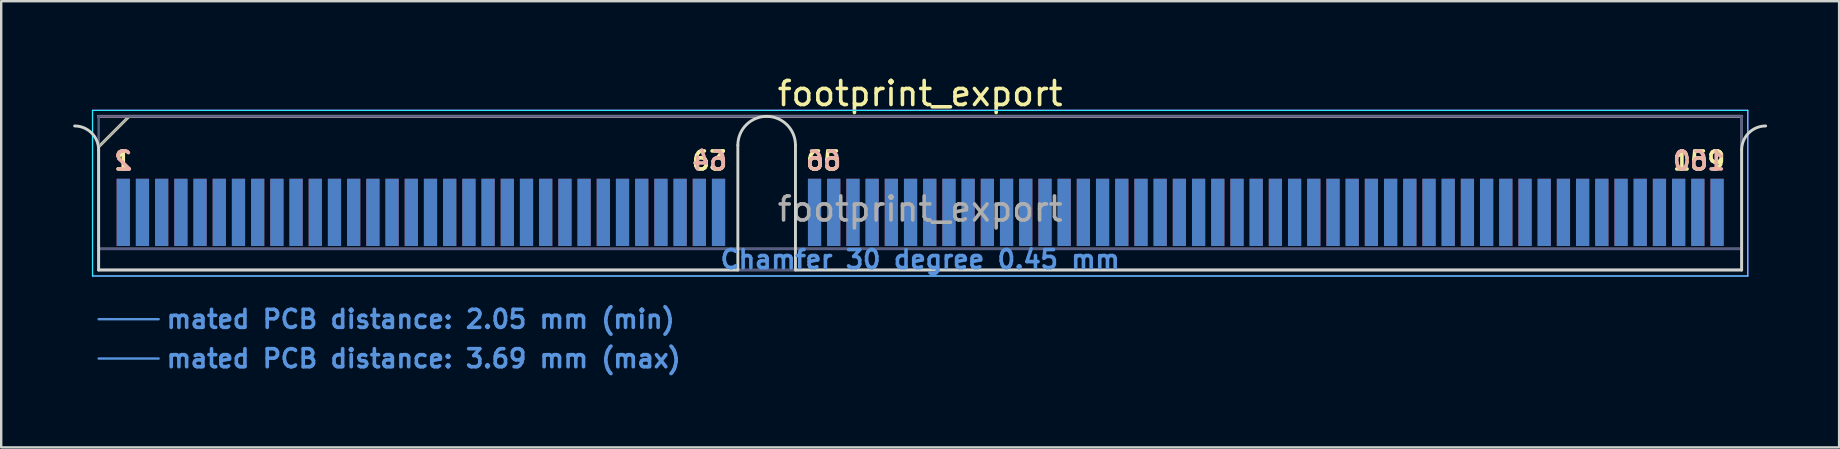
<source format=kicad_pcb>
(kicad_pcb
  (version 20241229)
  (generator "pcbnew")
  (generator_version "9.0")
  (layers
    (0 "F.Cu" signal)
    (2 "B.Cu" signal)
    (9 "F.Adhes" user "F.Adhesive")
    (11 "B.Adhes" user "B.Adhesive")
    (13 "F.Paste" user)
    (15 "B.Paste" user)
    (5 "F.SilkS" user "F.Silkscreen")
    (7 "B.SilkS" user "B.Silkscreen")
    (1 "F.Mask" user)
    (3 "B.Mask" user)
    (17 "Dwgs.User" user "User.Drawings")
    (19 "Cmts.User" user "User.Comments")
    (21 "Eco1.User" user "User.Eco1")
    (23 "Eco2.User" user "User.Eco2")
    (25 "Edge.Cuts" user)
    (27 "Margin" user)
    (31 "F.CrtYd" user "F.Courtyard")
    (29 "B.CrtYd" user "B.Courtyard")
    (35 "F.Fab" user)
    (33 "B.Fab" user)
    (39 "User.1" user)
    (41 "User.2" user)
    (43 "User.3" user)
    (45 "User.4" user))
  (footprint "footprint_export"
    (layer "F.Cu")
    (at 35.285 8.198)
    (property "Reference" "footprint_export" (at 0 -7.35 0) (layer "F.SilkS") (effects (font (size 1 1) (thickness 0.15))))
    (attr exclude_from_pos_files exclude_from_bom)
    (fp_line (start -34.225 -5.13) (end -32.955 -6.4) (stroke (width 0.12) (type solid)) (layer "F.SilkS"))
    (fp_line (start -32.955 -6.4) (end 34.225 -6.4) (stroke (width 0.12) (type solid)) (layer "F.SilkS"))
    (fp_line (start -34.225 -6.4) (end -34.225 -6.4) (stroke (width 0.12) (type solid)) (layer "B.SilkS"))
    (fp_line (start -34.225 -6.4) (end 34.225 -6.4) (stroke (width 0.12) (type solid)) (layer "B.SilkS"))
    (fp_line (start -34.225 2.05) (end -31.725 2.05) (stroke (width 0.1) (type solid)) (layer "Cmts.User"))
    (fp_line (start -34.225 3.69) (end -31.725 3.69) (stroke (width 0.1) (type solid)) (layer "Cmts.User"))
    (fp_line (start -34.225 -5) (end -34.225 0) (stroke (width 0.12) (type solid)) (layer "Edge.Cuts"))
    (fp_line (start -34.225 0) (end -7.595 0) (stroke (width 0.12) (type solid)) (layer "Edge.Cuts"))
    (fp_line (start -7.595 0) (end -7.595 -5.2) (stroke (width 0.12) (type solid)) (layer "Edge.Cuts"))
    (fp_line (start -5.195 -5.2) (end -5.195 0) (stroke (width 0.12) (type solid)) (layer "Edge.Cuts"))
    (fp_line (start -5.195 0) (end 34.225 0) (stroke (width 0.12) (type solid)) (layer "Edge.Cuts"))
    (fp_line (start 34.225 0) (end 34.225 -5) (stroke (width 0.12) (type solid)) (layer "Edge.Cuts"))
    (fp_arc (start -35.225 -6) (mid -34.517893 -5.707107) (end -34.225 -5) (stroke (width 0.12) (type solid)) (layer "Edge.Cuts"))
    (fp_arc (start -7.595 -5.2) (mid -6.395 -6.4) (end -5.195 -5.2) (stroke (width 0.12) (type solid)) (layer "Edge.Cuts"))
    (fp_arc (start 34.225 -5) (mid 34.517893 -5.707107) (end 35.225 -6) (stroke (width 0.12) (type solid)) (layer "Edge.Cuts"))
    (fp_line (start -34.48 -6.65) (end -34.48 0.25) (stroke (width 0.05) (type solid)) (layer "B.CrtYd"))
    (fp_line (start -34.48 0.25) (end 34.48 0.25) (stroke (width 0.05) (type solid)) (layer "B.CrtYd"))
    (fp_line (start 34.48 -6.65) (end -34.48 -6.65) (stroke (width 0.05) (type solid)) (layer "B.CrtYd"))
    (fp_line (start 34.48 0.25) (end 34.48 -6.65) (stroke (width 0.05) (type solid)) (layer "B.CrtYd"))
    (fp_line (start -34.48 -6.65) (end -34.48 0.25) (stroke (width 0.05) (type solid)) (layer "F.CrtYd"))
    (fp_line (start -34.48 0.25) (end 34.48 0.25) (stroke (width 0.05) (type solid)) (layer "F.CrtYd"))
    (fp_line (start 34.48 -6.65) (end -34.48 -6.65) (stroke (width 0.05) (type solid)) (layer "F.CrtYd"))
    (fp_line (start 34.48 0.25) (end 34.48 -6.65) (stroke (width 0.05) (type solid)) (layer "F.CrtYd"))
    (fp_line (start -34.225 -6.4) (end -34.225 -6.4) (stroke (width 0.1) (type solid)) (layer "B.Fab"))
    (fp_line (start -34.225 -6.4) (end -34.225 0) (stroke (width 0.1) (type solid)) (layer "B.Fab"))
    (fp_line (start -34.225 -6.4) (end 34.225 -6.4) (stroke (width 0.1) (type solid)) (layer "B.Fab"))
    (fp_line (start -34.225 -0.88) (end 34.225 -0.88) (stroke (width 0.1) (type solid)) (layer "B.Fab"))
    (fp_line (start -34.225 0) (end 34.225 0) (stroke (width 0.1) (type solid)) (layer "B.Fab"))
    (fp_line (start 34.225 -6.4) (end 34.225 0) (stroke (width 0.1) (type solid)) (layer "B.Fab"))
    (fp_line (start -34.225 -5.13) (end -34.225 0) (stroke (width 0.1) (type solid)) (layer "F.Fab"))
    (fp_line (start -34.225 -5.13) (end -32.955 -6.4) (stroke (width 0.1) (type solid)) (layer "F.Fab"))
    (fp_line (start -34.225 -0.88) (end 34.225 -0.88) (stroke (width 0.1) (type solid)) (layer "F.Fab"))
    (fp_line (start -34.225 0) (end 34.225 0) (stroke (width 0.1) (type solid)) (layer "F.Fab"))
    (fp_line (start -32.955 -6.4) (end 34.225 -6.4) (stroke (width 0.1) (type solid)) (layer "F.Fab"))
    (fp_line (start 34.225 -6.4) (end 34.225 0) (stroke (width 0.1) (type solid)) (layer "F.Fab"))
    (fp_text user "65" (at -4.025 -4.55 0) (layer "F.SilkS") (effects (font (size 0.75 0.75) (thickness 0.15))))
    (fp_text user "159" (at 32.45 -4.55 0) (layer "F.SilkS") (effects (font (size 0.75 0.75) (thickness 0.15))))
    (fp_text user "63" (at -8.775 -4.55 0) (layer "F.SilkS") (effects (font (size 0.75 0.75) (thickness 0.15))))
    (fp_text user "1" (at -33.2 -4.55 0) (layer "F.SilkS") (effects (font (size 0.75 0.75) (thickness 0.15))))
    (fp_text user "160" (at 32.45 -4.55 0) (layer "B.SilkS") (effects (font (size 0.75 0.75) (thickness 0.15)) (justify mirror)))
    (fp_text user "2" (at -33.2 -4.55 0) (layer "B.SilkS") (effects (font (size 0.75 0.75) (thickness 0.15)) (justify mirror)))
    (fp_text user "64" (at -8.775 -4.55 0) (layer "B.SilkS") (effects (font (size 0.75 0.75) (thickness 0.15)) (justify mirror)))
    (fp_text user "66" (at -4.025 -4.55 0) (layer "B.SilkS") (effects (font (size 0.75 0.75) (thickness 0.15)) (justify mirror)))
    (fp_text user "mated PCB distance: 3.69 mm (max)" (at -31.48 3.69 0) (layer "Cmts.User") (effects (font (size 0.75 0.75) (thickness 0.15)) (justify left)))
    (fp_text user "Chamfer 30 degree 0.45 mm" (at 0 -0.44 0) (layer "Cmts.User") (effects (font (size 0.75 0.75) (thickness 0.15))))
    (fp_text user "mated PCB distance: 2.05 mm (min)" (at -31.48 2.05 0) (layer "Cmts.User") (effects (font (size 0.75 0.75) (thickness 0.15)) (justify left)))
    (fp_text user "${REFERENCE}" (at 0 -2.54 0) (layer "F.Fab") (effects (font (size 1 1) (thickness 0.15))))
    (pad "1" connect rect (at -33.2 -2.4) (size 0.55 2.8) (layers "F.Cu" "F.Mask"))
    (pad "2" connect rect (at -33.2 -2.4) (size 0.55 2.8) (layers "B.Cu" "B.Mask"))
    (pad "3" connect rect (at -32.4 -2.4) (size 0.55 2.8) (layers "F.Cu" "F.Mask"))
    (pad "4" connect rect (at -32.4 -2.4) (size 0.55 2.8) (layers "B.Cu" "B.Mask"))
    (pad "5" connect rect (at -31.6 -2.4) (size 0.55 2.8) (layers "F.Cu" "F.Mask"))
    (pad "6" connect rect (at -31.6 -2.4) (size 0.55 2.8) (layers "B.Cu" "B.Mask"))
    (pad "7" connect rect (at -30.8 -2.4) (size 0.55 2.8) (layers "F.Cu" "F.Mask"))
    (pad "8" connect rect (at -30.8 -2.4) (size 0.55 2.8) (layers "B.Cu" "B.Mask"))
    (pad "9" connect rect (at -30 -2.4) (size 0.55 2.8) (layers "F.Cu" "F.Mask"))
    (pad "10" connect rect (at -30 -2.4) (size 0.55 2.8) (layers "B.Cu" "B.Mask"))
    (pad "11" connect rect (at -29.2 -2.4) (size 0.55 2.8) (layers "F.Cu" "F.Mask"))
    (pad "12" connect rect (at -29.2 -2.4) (size 0.55 2.8) (layers "B.Cu" "B.Mask"))
    (pad "13" connect rect (at -28.4 -2.4) (size 0.55 2.8) (layers "F.Cu" "F.Mask"))
    (pad "14" connect rect (at -28.4 -2.4) (size 0.55 2.8) (layers "B.Cu" "B.Mask"))
    (pad "15" connect rect (at -27.6 -2.4) (size 0.55 2.8) (layers "F.Cu" "F.Mask"))
    (pad "16" connect rect (at -27.6 -2.4) (size 0.55 2.8) (layers "B.Cu" "B.Mask"))
    (pad "17" connect rect (at -26.8 -2.4) (size 0.55 2.8) (layers "F.Cu" "F.Mask"))
    (pad "18" connect rect (at -26.8 -2.4) (size 0.55 2.8) (layers "B.Cu" "B.Mask"))
    (pad "19" connect rect (at -26 -2.4) (size 0.55 2.8) (layers "F.Cu" "F.Mask"))
    (pad "20" connect rect (at -26 -2.4) (size 0.55 2.8) (layers "B.Cu" "B.Mask"))
    (pad "21" connect rect (at -25.2 -2.4) (size 0.55 2.8) (layers "F.Cu" "F.Mask"))
    (pad "22" connect rect (at -25.2 -2.4) (size 0.55 2.8) (layers "B.Cu" "B.Mask"))
    (pad "23" connect rect (at -24.4 -2.4) (size 0.55 2.8) (layers "F.Cu" "F.Mask"))
    (pad "24" connect rect (at -24.4 -2.4) (size 0.55 2.8) (layers "B.Cu" "B.Mask"))
    (pad "25" connect rect (at -23.6 -2.4) (size 0.55 2.8) (layers "F.Cu" "F.Mask"))
    (pad "26" connect rect (at -23.6 -2.4) (size 0.55 2.8) (layers "B.Cu" "B.Mask"))
    (pad "27" connect rect (at -22.8 -2.4) (size 0.55 2.8) (layers "F.Cu" "F.Mask"))
    (pad "28" connect rect (at -22.8 -2.4) (size 0.55 2.8) (layers "B.Cu" "B.Mask"))
    (pad "29" connect rect (at -22 -2.4) (size 0.55 2.8) (layers "F.Cu" "F.Mask"))
    (pad "30" connect rect (at -22 -2.4) (size 0.55 2.8) (layers "B.Cu" "B.Mask"))
    (pad "31" connect rect (at -21.2 -2.4) (size 0.55 2.8) (layers "F.Cu" "F.Mask"))
    (pad "32" connect rect (at -21.2 -2.4) (size 0.55 2.8) (layers "B.Cu" "B.Mask"))
    (pad "33" connect rect (at -20.4 -2.4) (size 0.55 2.8) (layers "F.Cu" "F.Mask"))
    (pad "34" connect rect (at -20.4 -2.4) (size 0.55 2.8) (layers "B.Cu" "B.Mask"))
    (pad "35" connect rect (at -19.6 -2.4) (size 0.55 2.8) (layers "F.Cu" "F.Mask"))
    (pad "36" connect rect (at -19.6 -2.4) (size 0.55 2.8) (layers "B.Cu" "B.Mask"))
    (pad "37" connect rect (at -18.8 -2.4) (size 0.55 2.8) (layers "F.Cu" "F.Mask"))
    (pad "38" connect rect (at -18.8 -2.4) (size 0.55 2.8) (layers "B.Cu" "B.Mask"))
    (pad "39" connect rect (at -18 -2.4) (size 0.55 2.8) (layers "F.Cu" "F.Mask"))
    (pad "40" connect rect (at -18 -2.4) (size 0.55 2.8) (layers "B.Cu" "B.Mask"))
    (pad "41" connect rect (at -17.2 -2.4) (size 0.55 2.8) (layers "F.Cu" "F.Mask"))
    (pad "42" connect rect (at -17.2 -2.4) (size 0.55 2.8) (layers "B.Cu" "B.Mask"))
    (pad "43" connect rect (at -16.4 -2.4) (size 0.55 2.8) (layers "F.Cu" "F.Mask"))
    (pad "44" connect rect (at -16.4 -2.4) (size 0.55 2.8) (layers "B.Cu" "B.Mask"))
    (pad "45" connect rect (at -15.6 -2.4) (size 0.55 2.8) (layers "F.Cu" "F.Mask"))
    (pad "46" connect rect (at -15.6 -2.4) (size 0.55 2.8) (layers "B.Cu" "B.Mask"))
    (pad "47" connect rect (at -14.8 -2.4) (size 0.55 2.8) (layers "F.Cu" "F.Mask"))
    (pad "48" connect rect (at -14.8 -2.4) (size 0.55 2.8) (layers "B.Cu" "B.Mask"))
    (pad "49" connect rect (at -14 -2.4) (size 0.55 2.8) (layers "F.Cu" "F.Mask"))
    (pad "50" connect rect (at -14 -2.4) (size 0.55 2.8) (layers "B.Cu" "B.Mask"))
    (pad "51" connect rect (at -13.2 -2.4) (size 0.55 2.8) (layers "F.Cu" "F.Mask"))
    (pad "52" connect rect (at -13.2 -2.4) (size 0.55 2.8) (layers "B.Cu" "B.Mask"))
    (pad "53" connect rect (at -12.4 -2.4) (size 0.55 2.8) (layers "F.Cu" "F.Mask"))
    (pad "54" connect rect (at -12.4 -2.4) (size 0.55 2.8) (layers "B.Cu" "B.Mask"))
    (pad "55" connect rect (at -11.6 -2.4) (size 0.55 2.8) (layers "F.Cu" "F.Mask"))
    (pad "56" connect rect (at -11.6 -2.4) (size 0.55 2.8) (layers "B.Cu" "B.Mask"))
    (pad "57" connect rect (at -10.8 -2.4) (size 0.55 2.8) (layers "F.Cu" "F.Mask"))
    (pad "58" connect rect (at -10.8 -2.4) (size 0.55 2.8) (layers "B.Cu" "B.Mask"))
    (pad "59" connect rect (at -10 -2.4) (size 0.55 2.8) (layers "F.Cu" "F.Mask"))
    (pad "60" connect rect (at -10 -2.4) (size 0.55 2.8) (layers "B.Cu" "B.Mask"))
    (pad "61" connect rect (at -9.2 -2.4) (size 0.55 2.8) (layers "F.Cu" "F.Mask"))
    (pad "62" connect rect (at -9.2 -2.4) (size 0.55 2.8) (layers "B.Cu" "B.Mask"))
    (pad "63" connect rect (at -8.4 -2.4) (size 0.55 2.8) (layers "F.Cu" "F.Mask"))
    (pad "64" connect rect (at -8.4 -2.4) (size 0.55 2.8) (layers "B.Cu" "B.Mask"))
    (pad "65" connect rect (at -4.4 -2.4) (size 0.55 2.8) (layers "F.Cu" "F.Mask"))
    (pad "66" connect rect (at -4.4 -2.4) (size 0.55 2.8) (layers "B.Cu" "B.Mask"))
    (pad "67" connect rect (at -3.6 -2.4) (size 0.55 2.8) (layers "F.Cu" "F.Mask"))
    (pad "68" connect rect (at -3.6 -2.4) (size 0.55 2.8) (layers "B.Cu" "B.Mask"))
    (pad "69" connect rect (at -2.8 -2.4) (size 0.55 2.8) (layers "F.Cu" "F.Mask"))
    (pad "70" connect rect (at -2.8 -2.4) (size 0.55 2.8) (layers "B.Cu" "B.Mask"))
    (pad "71" connect rect (at -2 -2.4) (size 0.55 2.8) (layers "F.Cu" "F.Mask"))
    (pad "72" connect rect (at -2 -2.4) (size 0.55 2.8) (layers "B.Cu" "B.Mask"))
    (pad "73" connect rect (at -1.2 -2.4) (size 0.55 2.8) (layers "F.Cu" "F.Mask"))
    (pad "74" connect rect (at -1.2 -2.4) (size 0.55 2.8) (layers "B.Cu" "B.Mask"))
    (pad "75" connect rect (at -0.4 -2.4) (size 0.55 2.8) (layers "F.Cu" "F.Mask"))
    (pad "76" connect rect (at -0.4 -2.4) (size 0.55 2.8) (layers "B.Cu" "B.Mask"))
    (pad "77" connect rect (at 0.4 -2.4) (size 0.55 2.8) (layers "F.Cu" "F.Mask"))
    (pad "78" connect rect (at 0.4 -2.4) (size 0.55 2.8) (layers "B.Cu" "B.Mask"))
    (pad "79" connect rect (at 1.2 -2.4) (size 0.55 2.8) (layers "F.Cu" "F.Mask"))
    (pad "80" connect rect (at 1.2 -2.4) (size 0.55 2.8) (layers "B.Cu" "B.Mask"))
    (pad "81" connect rect (at 2 -2.4) (size 0.55 2.8) (layers "F.Cu" "F.Mask"))
    (pad "82" connect rect (at 2 -2.4) (size 0.55 2.8) (layers "B.Cu" "B.Mask"))
    (pad "83" connect rect (at 2.8 -2.4) (size 0.55 2.8) (layers "F.Cu" "F.Mask"))
    (pad "84" connect rect (at 2.8 -2.4) (size 0.55 2.8) (layers "B.Cu" "B.Mask"))
    (pad "85" connect rect (at 3.6 -2.4) (size 0.55 2.8) (layers "F.Cu" "F.Mask"))
    (pad "86" connect rect (at 3.6 -2.4) (size 0.55 2.8) (layers "B.Cu" "B.Mask"))
    (pad "87" connect rect (at 4.4 -2.4) (size 0.55 2.8) (layers "F.Cu" "F.Mask"))
    (pad "88" connect rect (at 4.4 -2.4) (size 0.55 2.8) (layers "B.Cu" "B.Mask"))
    (pad "89" connect rect (at 5.2 -2.4) (size 0.55 2.8) (layers "F.Cu" "F.Mask"))
    (pad "90" connect rect (at 5.2 -2.4) (size 0.55 2.8) (layers "B.Cu" "B.Mask"))
    (pad "91" connect rect (at 6 -2.4) (size 0.55 2.8) (layers "F.Cu" "F.Mask"))
    (pad "92" connect rect (at 6 -2.4) (size 0.55 2.8) (layers "B.Cu" "B.Mask"))
    (pad "93" connect rect (at 6.8 -2.4) (size 0.55 2.8) (layers "F.Cu" "F.Mask"))
    (pad "94" connect rect (at 6.8 -2.4) (size 0.55 2.8) (layers "B.Cu" "B.Mask"))
    (pad "95" connect rect (at 7.6 -2.4) (size 0.55 2.8) (layers "F.Cu" "F.Mask"))
    (pad "96" connect rect (at 7.6 -2.4) (size 0.55 2.8) (layers "B.Cu" "B.Mask"))
    (pad "97" connect rect (at 8.4 -2.4) (size 0.55 2.8) (layers "F.Cu" "F.Mask"))
    (pad "98" connect rect (at 8.4 -2.4) (size 0.55 2.8) (layers "B.Cu" "B.Mask"))
    (pad "99" connect rect (at 9.2 -2.4) (size 0.55 2.8) (layers "F.Cu" "F.Mask"))
    (pad "100" connect rect (at 9.2 -2.4) (size 0.55 2.8) (layers "B.Cu" "B.Mask"))
    (pad "101" connect rect (at 10 -2.4) (size 0.55 2.8) (layers "F.Cu" "F.Mask"))
    (pad "102" connect rect (at 10 -2.4) (size 0.55 2.8) (layers "B.Cu" "B.Mask"))
    (pad "103" connect rect (at 10.8 -2.4) (size 0.55 2.8) (layers "F.Cu" "F.Mask"))
    (pad "104" connect rect (at 10.8 -2.4) (size 0.55 2.8) (layers "B.Cu" "B.Mask"))
    (pad "105" connect rect (at 11.6 -2.4) (size 0.55 2.8) (layers "F.Cu" "F.Mask"))
    (pad "106" connect rect (at 11.6 -2.4) (size 0.55 2.8) (layers "B.Cu" "B.Mask"))
    (pad "107" connect rect (at 12.4 -2.4) (size 0.55 2.8) (layers "F.Cu" "F.Mask"))
    (pad "108" connect rect (at 12.4 -2.4) (size 0.55 2.8) (layers "B.Cu" "B.Mask"))
    (pad "109" connect rect (at 13.2 -2.4) (size 0.55 2.8) (layers "F.Cu" "F.Mask"))
    (pad "110" connect rect (at 13.2 -2.4) (size 0.55 2.8) (layers "B.Cu" "B.Mask"))
    (pad "111" connect rect (at 14 -2.4) (size 0.55 2.8) (layers "F.Cu" "F.Mask"))
    (pad "112" connect rect (at 14 -2.4) (size 0.55 2.8) (layers "B.Cu" "B.Mask"))
    (pad "113" connect rect (at 14.8 -2.4) (size 0.55 2.8) (layers "F.Cu" "F.Mask"))
    (pad "114" connect rect (at 14.8 -2.4) (size 0.55 2.8) (layers "B.Cu" "B.Mask"))
    (pad "115" connect rect (at 15.6 -2.4) (size 0.55 2.8) (layers "F.Cu" "F.Mask"))
    (pad "116" connect rect (at 15.6 -2.4) (size 0.55 2.8) (layers "B.Cu" "B.Mask"))
    (pad "117" connect rect (at 16.4 -2.4) (size 0.55 2.8) (layers "F.Cu" "F.Mask"))
    (pad "118" connect rect (at 16.4 -2.4) (size 0.55 2.8) (layers "B.Cu" "B.Mask"))
    (pad "119" connect rect (at 17.2 -2.4) (size 0.55 2.8) (layers "F.Cu" "F.Mask"))
    (pad "120" connect rect (at 17.2 -2.4) (size 0.55 2.8) (layers "B.Cu" "B.Mask"))
    (pad "121" connect rect (at 18 -2.4) (size 0.55 2.8) (layers "F.Cu" "F.Mask"))
    (pad "122" connect rect (at 18 -2.4) (size 0.55 2.8) (layers "B.Cu" "B.Mask"))
    (pad "123" connect rect (at 18.8 -2.4) (size 0.55 2.8) (layers "F.Cu" "F.Mask"))
    (pad "124" connect rect (at 18.8 -2.4) (size 0.55 2.8) (layers "B.Cu" "B.Mask"))
    (pad "125" connect rect (at 19.6 -2.4) (size 0.55 2.8) (layers "F.Cu" "F.Mask"))
    (pad "126" connect rect (at 19.6 -2.4) (size 0.55 2.8) (layers "B.Cu" "B.Mask"))
    (pad "127" connect rect (at 20.4 -2.4) (size 0.55 2.8) (layers "F.Cu" "F.Mask"))
    (pad "128" connect rect (at 20.4 -2.4) (size 0.55 2.8) (layers "B.Cu" "B.Mask"))
    (pad "129" connect rect (at 21.2 -2.4) (size 0.55 2.8) (layers "F.Cu" "F.Mask"))
    (pad "130" connect rect (at 21.2 -2.4) (size 0.55 2.8) (layers "B.Cu" "B.Mask"))
    (pad "131" connect rect (at 22 -2.4) (size 0.55 2.8) (layers "F.Cu" "F.Mask"))
    (pad "132" connect rect (at 22 -2.4) (size 0.55 2.8) (layers "B.Cu" "B.Mask"))
    (pad "133" connect rect (at 22.8 -2.4) (size 0.55 2.8) (layers "F.Cu" "F.Mask"))
    (pad "134" connect rect (at 22.8 -2.4) (size 0.55 2.8) (layers "B.Cu" "B.Mask"))
    (pad "135" connect rect (at 23.6 -2.4) (size 0.55 2.8) (layers "F.Cu" "F.Mask"))
    (pad "136" connect rect (at 23.6 -2.4) (size 0.55 2.8) (layers "B.Cu" "B.Mask"))
    (pad "137" connect rect (at 24.4 -2.4) (size 0.55 2.8) (layers "F.Cu" "F.Mask"))
    (pad "138" connect rect (at 24.4 -2.4) (size 0.55 2.8) (layers "B.Cu" "B.Mask"))
    (pad "139" connect rect (at 25.2 -2.4) (size 0.55 2.8) (layers "F.Cu" "F.Mask"))
    (pad "140" connect rect (at 25.2 -2.4) (size 0.55 2.8) (layers "B.Cu" "B.Mask"))
    (pad "141" connect rect (at 26 -2.4) (size 0.55 2.8) (layers "F.Cu" "F.Mask"))
    (pad "142" connect rect (at 26 -2.4) (size 0.55 2.8) (layers "B.Cu" "B.Mask"))
    (pad "143" connect rect (at 26.8 -2.4) (size 0.55 2.8) (layers "F.Cu" "F.Mask"))
    (pad "144" connect rect (at 26.8 -2.4) (size 0.55 2.8) (layers "B.Cu" "B.Mask"))
    (pad "145" connect rect (at 27.6 -2.4) (size 0.55 2.8) (layers "F.Cu" "F.Mask"))
    (pad "146" connect rect (at 27.6 -2.4) (size 0.55 2.8) (layers "B.Cu" "B.Mask"))
    (pad "147" connect rect (at 28.4 -2.4) (size 0.55 2.8) (layers "F.Cu" "F.Mask"))
    (pad "148" connect rect (at 28.4 -2.4) (size 0.55 2.8) (layers "B.Cu" "B.Mask"))
    (pad "149" connect rect (at 29.2 -2.4) (size 0.55 2.8) (layers "F.Cu" "F.Mask"))
    (pad "150" connect rect (at 29.2 -2.4) (size 0.55 2.8) (layers "B.Cu" "B.Mask"))
    (pad "151" connect rect (at 30 -2.4) (size 0.55 2.8) (layers "F.Cu" "F.Mask"))
    (pad "152" connect rect (at 30 -2.4) (size 0.55 2.8) (layers "B.Cu" "B.Mask"))
    (pad "153" connect rect (at 30.8 -2.4) (size 0.55 2.8) (layers "F.Cu" "F.Mask"))
    (pad "154" connect rect (at 30.8 -2.4) (size 0.55 2.8) (layers "B.Cu" "B.Mask"))
    (pad "155" connect rect (at 31.6 -2.4) (size 0.55 2.8) (layers "F.Cu" "F.Mask"))
    (pad "156" connect rect (at 31.6 -2.4) (size 0.55 2.8) (layers "B.Cu" "B.Mask"))
    (pad "157" connect rect (at 32.4 -2.4) (size 0.55 2.8) (layers "F.Cu" "F.Mask"))
    (pad "158" connect rect (at 32.4 -2.4) (size 0.55 2.8) (layers "B.Cu" "B.Mask"))
    (pad "159" connect rect (at 33.2 -2.4) (size 0.55 2.8) (layers "F.Cu" "F.Mask"))
    (pad "160" connect rect (at 33.2 -2.4) (size 0.55 2.8) (layers "B.Cu" "B.Mask")))
  (gr_rect
    (start -3 -3)
    (end 73.57 15.59)
    (stroke (width 0.1) (type default))
    (fill no)
    (layer "Edge.Cuts")))
</source>
